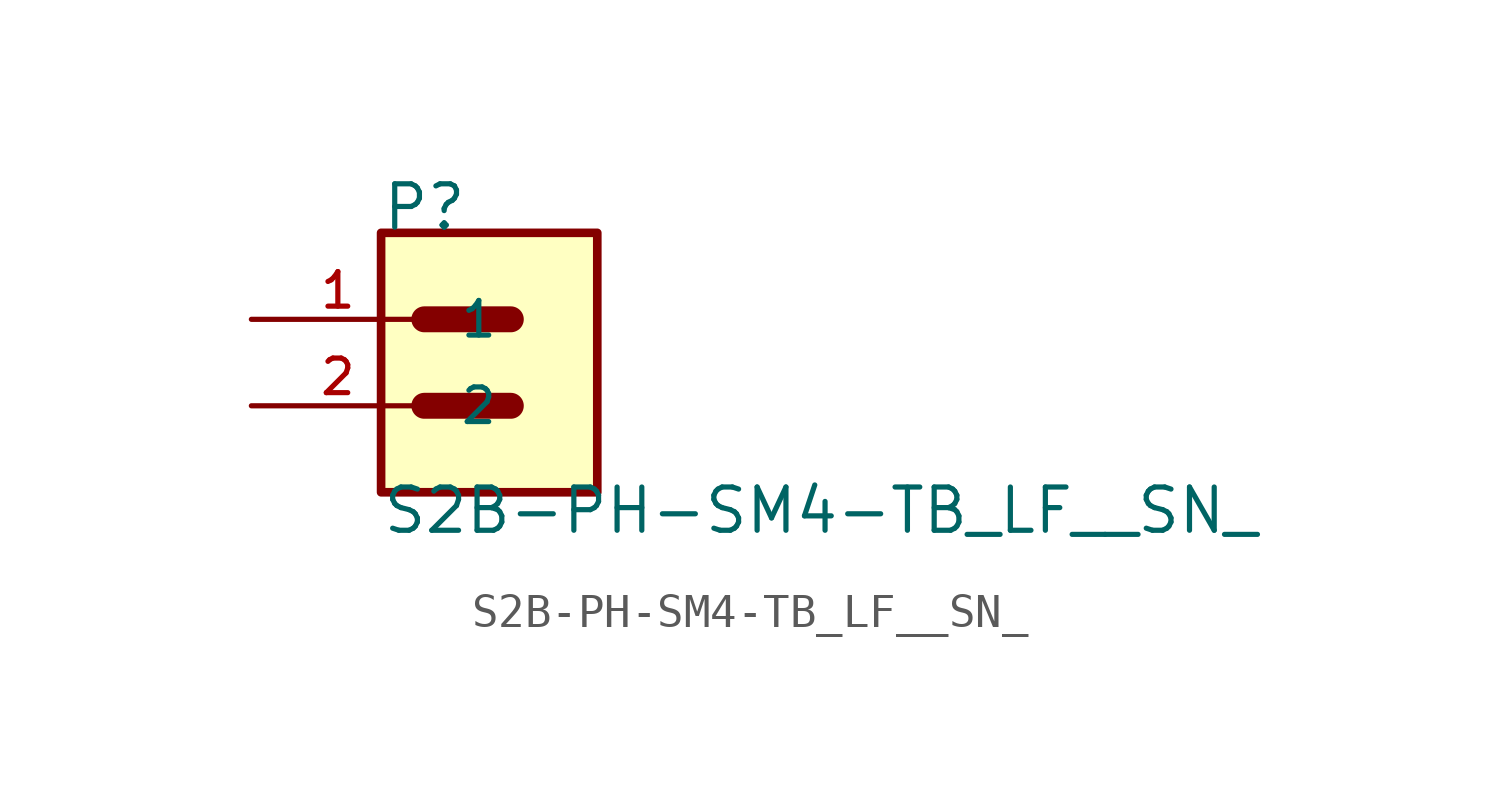
<source format=kicad_sym>
(kicad_symbol_lib
  (version 20211014)
  (generator kicad_symbol_editor)
  (symbol "S2B-PH-SM4-TB_LF__SN_"
    (pin_names
      (offset 1.016))
    (property "Reference" "P"
      (at -1.272 3.816 0)
      (effects (font (size 1.27 1.27)) (justify bottom left)))
    (property "Value" "S2B-PH-SM4-TB_LF__SN_"
      (at -1.272 -5.089 0)
      (effects (font (size 1.27 1.27)) (justify bottom left)))
    (symbol "S2B-PH-SM4-TB_LF__SN__0_0"
      (polyline (pts (xy 0.0 1.27) (xy 2.54 1.27)) (stroke (width 0.762)))
      (polyline (pts (xy 0.0 -1.27) (xy 2.54 -1.27)) (stroke (width 0.762)))
      (rectangle (start -1.27 -3.81) (end 5.08 3.81) (stroke (width 0.254)) (fill (type background)))
      (pin passive line (at -5.08 1.27 0) (length 5.08) (name "1" (effects (font (size 1.016 1.016)))) (number "1" (effects (font (size 1.016 1.016)))))
      (pin passive line (at -5.08 -1.27 0) (length 5.08) (name "2" (effects (font (size 1.016 1.016)))) (number "2" (effects (font (size 1.016 1.016))))))))
</source>
